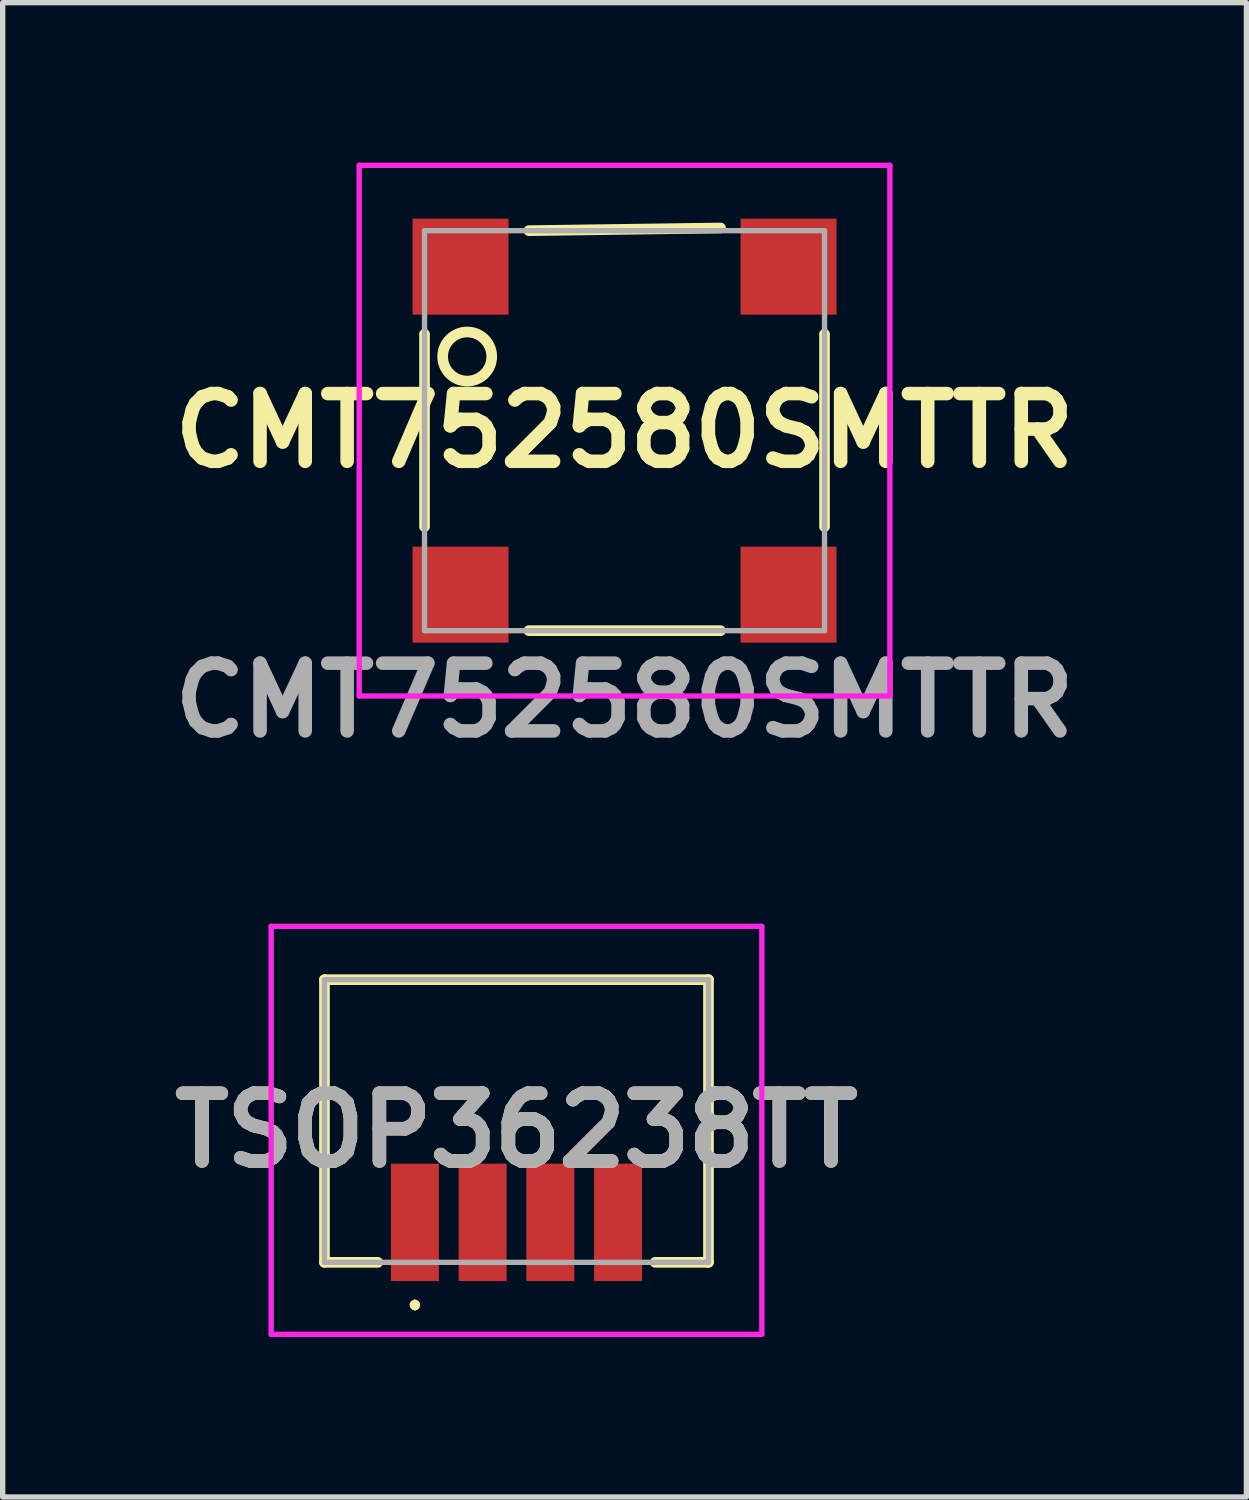
<source format=kicad_pcb>
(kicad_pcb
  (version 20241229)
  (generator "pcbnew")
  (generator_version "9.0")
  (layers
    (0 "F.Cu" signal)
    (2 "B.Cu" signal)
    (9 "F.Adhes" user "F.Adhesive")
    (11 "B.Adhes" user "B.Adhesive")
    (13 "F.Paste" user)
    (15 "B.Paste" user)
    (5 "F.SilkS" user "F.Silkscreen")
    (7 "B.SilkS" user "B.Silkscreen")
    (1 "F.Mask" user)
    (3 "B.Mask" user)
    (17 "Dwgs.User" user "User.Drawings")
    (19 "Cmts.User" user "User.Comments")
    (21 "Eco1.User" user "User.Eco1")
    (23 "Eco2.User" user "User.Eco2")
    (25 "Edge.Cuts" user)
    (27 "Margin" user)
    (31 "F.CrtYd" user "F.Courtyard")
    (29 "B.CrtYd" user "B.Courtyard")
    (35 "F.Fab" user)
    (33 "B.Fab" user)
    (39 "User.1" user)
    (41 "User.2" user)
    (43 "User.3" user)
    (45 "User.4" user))
  (footprint "CMT752580SMTTR"
    (layer "F.Cu")
    (at 8.66 5)
    (property "Reference" "CMT752580SMTTR" (at 0 0.025 0) (layer "F.SilkS") (effects (font (size 1.27 1.27) (thickness 0.254))))
    (attr smd)
    (fp_line (start -3.75 -1.785) (end -3.75 1.825) (stroke (width 0.2) (type solid)) (layer "F.SilkS"))
    (fp_line (start -1.793 -3.725) (end 1.8 -3.775) (stroke (width 0.2) (type solid)) (layer "F.SilkS"))
    (fp_line (start -1.793 3.775) (end 1.8 3.775) (stroke (width 0.2) (type solid)) (layer "F.SilkS"))
    (fp_line (start 3.75 -1.785) (end 3.75 1.825) (stroke (width 0.2) (type solid)) (layer "F.SilkS"))
    (fp_circle (center -2.95 -1.365) (end -2.49 -1.365) (stroke (width 0.2) (type default)) (fill no) (layer "F.SilkS"))
    (fp_line (start -4.975 -4.95) (end 4.975 -4.95) (stroke (width 0.1) (type solid)) (layer "F.CrtYd"))
    (fp_line (start -4.975 5) (end -4.975 -4.95) (stroke (width 0.1) (type solid)) (layer "F.CrtYd"))
    (fp_line (start 4.975 -4.95) (end 4.975 5) (stroke (width 0.1) (type solid)) (layer "F.CrtYd"))
    (fp_line (start 4.975 5) (end -4.975 5) (stroke (width 0.1) (type solid)) (layer "F.CrtYd"))
    (fp_line (start -3.75 -3.725) (end 3.75 -3.725) (stroke (width 0.1) (type solid)) (layer "F.Fab"))
    (fp_line (start -3.75 3.775) (end -3.75 -3.725) (stroke (width 0.1) (type solid)) (layer "F.Fab"))
    (fp_line (start 3.75 -3.725) (end 3.75 3.775) (stroke (width 0.1) (type solid)) (layer "F.Fab"))
    (fp_line (start 3.75 3.775) (end -3.75 3.775) (stroke (width 0.1) (type solid)) (layer "F.Fab"))
    (fp_text user "${REFERENCE}" (at 0 5.08 0) (layer "F.Fab") (effects (font (size 1.27 1.27) (thickness 0.254))))
    (pad "1" smd rect (at -3.075 -3.05) (size 1.8 1.8) (layers "F.Cu" "F.Mask" "F.Paste"))
    (pad "2" smd rect (at -3.075 3.1) (size 1.8 1.8) (layers "F.Cu" "F.Mask" "F.Paste"))
    (pad "3" smd rect (at 3.075 3.1) (size 1.8 1.8) (layers "F.Cu" "F.Mask" "F.Paste"))
    (pad "4" smd rect (at 3.075 -3.05) (size 1.8 1.8) (layers "F.Cu" "F.Mask" "F.Paste")))
  (footprint "TSOP36238TT"
    (layer "F.Cu")
    (at 6.634 19.869)
    (property "Reference" "TSOP36238TT" (at 0 -1.725 0) (layer "F.SilkS") (effects (font (size 1.27 1.27) (thickness 0.254))))
    (attr smd)
    (fp_line (start -3.6 -4.55) (end -3.6 0.75) (stroke (width 0.2) (type solid)) (layer "F.SilkS"))
    (fp_line (start -3.6 0.75) (end -2.6 0.75) (stroke (width 0.2) (type solid)) (layer "F.SilkS"))
    (fp_line (start -1.905 1.5) (end -1.905 1.5) (stroke (width 0.1) (type solid)) (layer "F.SilkS"))
    (fp_line (start -1.905 1.6) (end -1.905 1.6) (stroke (width 0.1) (type solid)) (layer "F.SilkS"))
    (fp_line (start 2.6 0.75) (end 3.6 0.75) (stroke (width 0.2) (type solid)) (layer "F.SilkS"))
    (fp_line (start 3.6 -4.55) (end -3.6 -4.55) (stroke (width 0.2) (type solid)) (layer "F.SilkS"))
    (fp_line (start 3.6 0.75) (end 3.6 -4.55) (stroke (width 0.2) (type solid)) (layer "F.SilkS"))
    (fp_arc (start -1.905 1.5) (mid -1.855 1.55) (end -1.905 1.6) (stroke (width 0.1) (type solid)) (layer "F.SilkS"))
    (fp_arc (start -1.905 1.6) (mid -1.955 1.55) (end -1.905 1.5) (stroke (width 0.1) (type solid)) (layer "F.SilkS"))
    (fp_line (start -4.6 -5.55) (end 4.6 -5.55) (stroke (width 0.1) (type solid)) (layer "F.CrtYd"))
    (fp_line (start -4.6 2.1) (end -4.6 -5.55) (stroke (width 0.1) (type solid)) (layer "F.CrtYd"))
    (fp_line (start 4.6 -5.55) (end 4.6 2.1) (stroke (width 0.1) (type solid)) (layer "F.CrtYd"))
    (fp_line (start 4.6 2.1) (end -4.6 2.1) (stroke (width 0.1) (type solid)) (layer "F.CrtYd"))
    (fp_line (start -3.6 -4.55) (end 3.6 -4.55) (stroke (width 0.1) (type solid)) (layer "F.Fab"))
    (fp_line (start -3.6 0.75) (end -3.6 -4.55) (stroke (width 0.1) (type solid)) (layer "F.Fab"))
    (fp_line (start 3.6 -4.55) (end 3.6 0.75) (stroke (width 0.1) (type solid)) (layer "F.Fab"))
    (fp_line (start 3.6 0.75) (end -3.6 0.75) (stroke (width 0.1) (type solid)) (layer "F.Fab"))
    (fp_text user "${REFERENCE}" (at 0 -1.725 0) (layer "F.Fab") (effects (font (size 1.27 1.27) (thickness 0.254))))
    (pad "1" smd rect (at -1.905 0) (size 0.9 2.2) (layers "F.Cu" "F.Mask" "F.Paste"))
    (pad "2" smd rect (at -0.635 0) (size 0.9 2.2) (layers "F.Cu" "F.Mask" "F.Paste"))
    (pad "3" smd rect (at 0.635 0) (size 0.9 2.2) (layers "F.Cu" "F.Mask" "F.Paste"))
    (pad "4" smd rect (at 1.905 0) (size 0.9 2.2) (layers "F.Cu" "F.Mask" "F.Paste")))
  (gr_rect
    (start -3 -3)
    (end 20.32 25.019)
    (stroke (width 0.1) (type default))
    (fill no)
    (layer "Edge.Cuts")))
</source>
